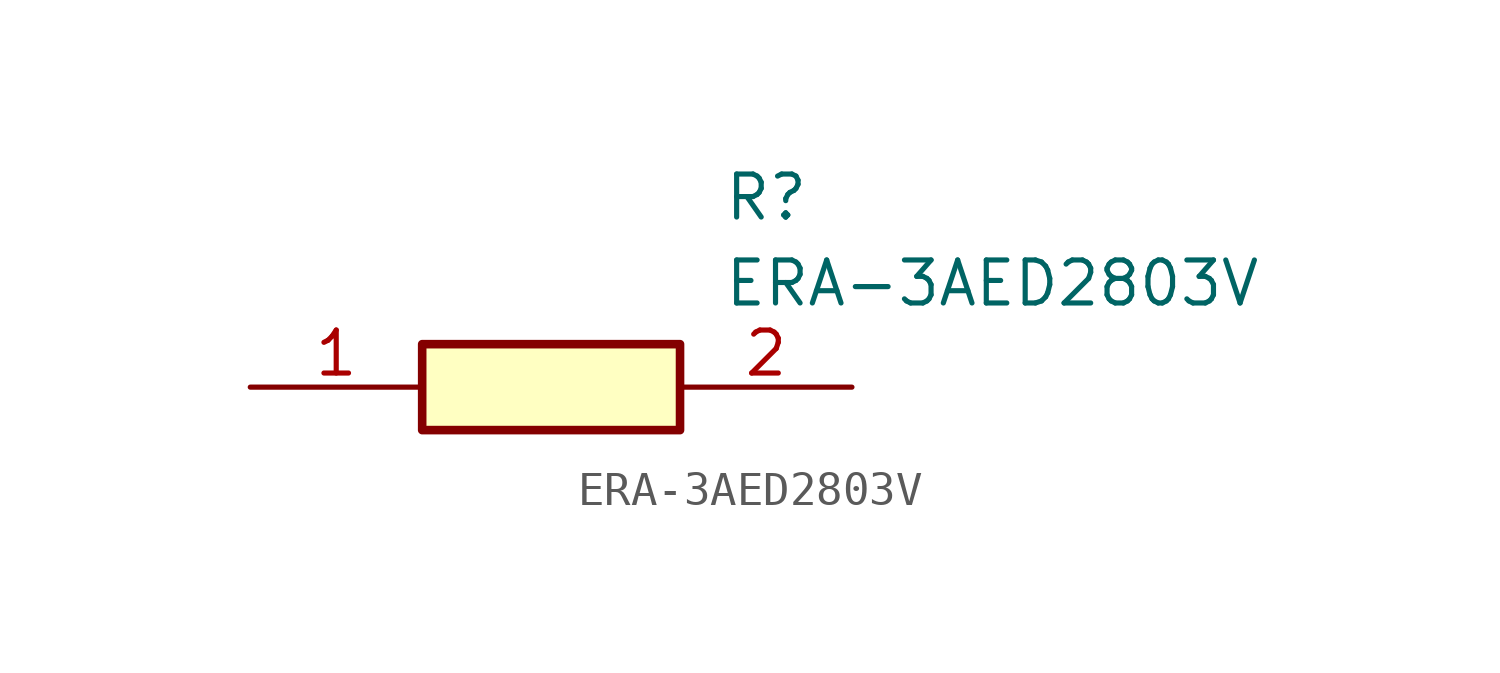
<source format=kicad_sym>
(kicad_symbol_lib
  (version 20211014)
  (generator SamacSys_ECAD_Model)
  (symbol "ERA-3AED2803V"
    (pin_names hide)
    (property "Reference" "R"
      (at 13.97 6.35 0)
      (effects (font (size 1.27 1.27)) (justify left top)))
    (property "Value" "ERA-3AED2803V"
      (at 13.97 3.81 0)
      (effects (font (size 1.27 1.27)) (justify left top)))
    (rectangle
      (start 5.08 1.27)
      (end 12.7 -1.27)
      (stroke (width 0.254) (type default))
      (fill (type background)))
    (pin passive line
      (at 0 0 0)
      (length 5.08)
      (name "1" (effects (font (size 1.27 1.27))))
      (number "1" (effects (font (size 1.27 1.27)))))
    (pin passive line
      (at 17.78 0 180)
      (length 5.08)
      (name "2" (effects (font (size 1.27 1.27))))
      (number "2" (effects (font (size 1.27 1.27)))))))
</source>
